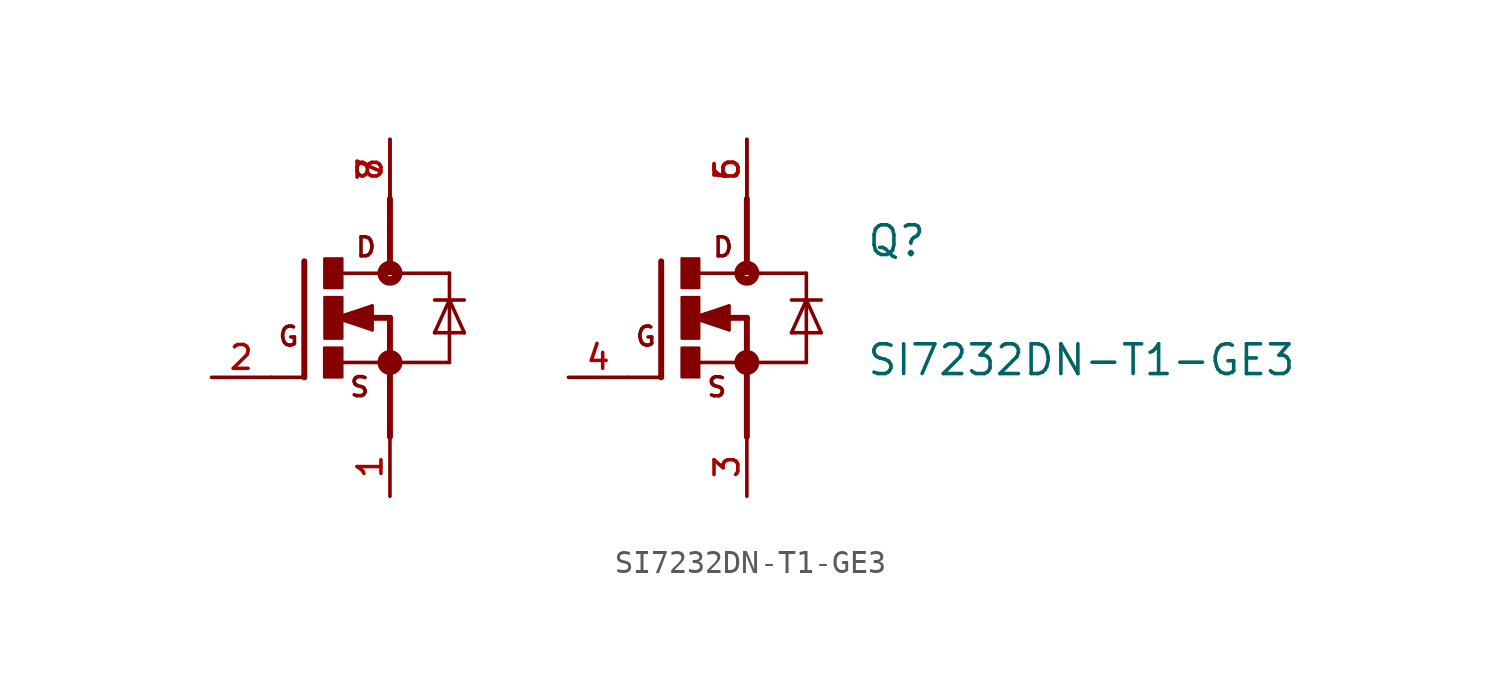
<source format=kicad_sym>
(kicad_symbol_lib
  (version 20211014)
  (generator kicad_symbol_editor)
  (symbol "SI7232DN-T1-GE3"
    (pin_names
      (offset 1.016))
    (property "Reference" "Q"
      (at 12.71 2.542 0)
      (effects (font (size 1.27 1.27)) (justify bottom left)))
    (property "Value" "SI7232DN-T1-GE3"
      (at 12.704 -2.541 0)
      (effects (font (size 1.27 1.27)) (justify bottom left)))
    (symbol "SI7232DN-T1-GE3_0_0"
      (polyline (pts (xy -11.278 2.413) (xy -11.278 -2.54)) (stroke (width 0.254)))
      (polyline (pts (xy -11.278 -2.54) (xy -12.7 -2.54)) (stroke (width 0.152)))
      (polyline (pts (xy -7.62 1.905) (xy -9.627 1.905)) (stroke (width 0.152)))
      (polyline (pts (xy -9.652 -1.905) (xy -7.62 -1.905)) (stroke (width 0.152)))
      (polyline (pts (xy -7.62 2.032) (xy -7.62 1.905)) (stroke (width 0.152)))
      (polyline (pts (xy -7.62 1.905) (xy -5.08 1.905)) (stroke (width 0.152)))
      (polyline (pts (xy -5.08 1.905) (xy -5.08 0.762)) (stroke (width 0.152)))
      (polyline (pts (xy -5.08 0.762) (xy -5.08 -1.905)) (stroke (width 0.152)))
      (polyline (pts (xy -5.08 -1.905) (xy -7.62 -1.905)) (stroke (width 0.152)))
      (polyline (pts (xy -7.62 -1.905) (xy -7.62 -2.032)) (stroke (width 0.152)))
      (polyline (pts (xy -5.08 0.762) (xy -5.715 -0.635)) (stroke (width 0.152)))
      (polyline (pts (xy -5.715 -0.635) (xy -4.445 -0.635)) (stroke (width 0.152)))
      (polyline (pts (xy -4.445 -0.635) (xy -5.08 0.762)) (stroke (width 0.152)))
      (polyline (pts (xy -5.715 0.762) (xy -5.08 0.762)) (stroke (width 0.152)))
      (polyline (pts (xy -5.08 0.762) (xy -4.445 0.762)) (stroke (width 0.152)))
      (polyline (pts (xy -9.906 0.0) (xy -8.382 -0.508)) (stroke (width 0.152)))
      (polyline (pts (xy -8.382 -0.508) (xy -8.382 0.0)) (stroke (width 0.152)))
      (polyline (pts (xy -8.382 0.0) (xy -8.382 0.508)) (stroke (width 0.152)))
      (polyline (pts (xy -8.382 0.508) (xy -9.906 0.0)) (stroke (width 0.152)))
      (polyline (pts (xy -8.509 0.254) (xy -9.906 0.0)) (stroke (width 0.152)))
      (polyline (pts (xy -8.763 0.254) (xy -9.652 0.0)) (stroke (width 0.305)))
      (polyline (pts (xy -9.652 0.0) (xy -8.509 -0.254)) (stroke (width 0.305)))
      (polyline (pts (xy -8.509 -0.254) (xy -8.509 0.254)) (stroke (width 0.305)))
      (polyline (pts (xy -8.509 0.254) (xy -9.525 0.0)) (stroke (width 0.305)))
      (circle (center -7.62 -1.905) (radius 0.127) (stroke (width 0.406)) (fill (type none)))
      (circle (center -7.62 1.905) (radius 0.127) (stroke (width 0.406)) (fill (type none)))
      (text "D" (at -9.15 2.542 0) (effects (font (size 0.813 0.813)) (justify bottom left)))
      (text "S" (at -9.401 -3.43 0) (effects (font (size 0.813 0.813)) (justify bottom left)))
      (text "G" (at -12.457 -1.271 0) (effects (font (size 0.813 0.813)) (justify bottom left)))
      (rectangle (start -10.432 -2.544) (end -9.652 -1.27) (stroke (width 0.1)) (fill (type outline)))
      (rectangle (start -10.425 1.271) (end -9.652 2.54) (stroke (width 0.1)) (fill (type outline)))
      (rectangle (start -10.42 -0.89) (end -9.652 0.889) (stroke (width 0.1)) (fill (type outline)))
      (polyline (pts (xy -8.382 0.0) (xy -9.525 0.0)) (stroke (width 0.254)))
      (polyline (pts (xy -9.525 0.0) (xy -9.652 0.0)) (stroke (width 0.254)))
      (polyline (pts (xy -9.652 0.0) (xy -9.906 0.0)) (stroke (width 0.254)))
      (polyline (pts (xy -7.62 5.08) (xy -7.62 2.032)) (stroke (width 0.254)))
      (polyline (pts (xy -7.62 -5.08) (xy -7.62 -2.032)) (stroke (width 0.254)))
      (polyline (pts (xy -8.382 0.0) (xy -7.62 0.0)) (stroke (width 0.254)))
      (polyline (pts (xy -7.62 0.0) (xy -7.62 -1.778)) (stroke (width 0.254)))
      (polyline (pts (xy 3.962 2.413) (xy 3.962 -2.54)) (stroke (width 0.254)))
      (polyline (pts (xy 3.962 -2.54) (xy 2.54 -2.54)) (stroke (width 0.152)))
      (polyline (pts (xy 7.62 1.905) (xy 5.613 1.905)) (stroke (width 0.152)))
      (polyline (pts (xy 5.588 -1.905) (xy 7.62 -1.905)) (stroke (width 0.152)))
      (polyline (pts (xy 7.62 2.032) (xy 7.62 1.905)) (stroke (width 0.152)))
      (polyline (pts (xy 7.62 1.905) (xy 10.16 1.905)) (stroke (width 0.152)))
      (polyline (pts (xy 10.16 1.905) (xy 10.16 0.762)) (stroke (width 0.152)))
      (polyline (pts (xy 10.16 0.762) (xy 10.16 -1.905)) (stroke (width 0.152)))
      (polyline (pts (xy 10.16 -1.905) (xy 7.62 -1.905)) (stroke (width 0.152)))
      (polyline (pts (xy 7.62 -1.905) (xy 7.62 -2.032)) (stroke (width 0.152)))
      (polyline (pts (xy 10.16 0.762) (xy 9.525 -0.635)) (stroke (width 0.152)))
      (polyline (pts (xy 9.525 -0.635) (xy 10.795 -0.635)) (stroke (width 0.152)))
      (polyline (pts (xy 10.795 -0.635) (xy 10.16 0.762)) (stroke (width 0.152)))
      (polyline (pts (xy 9.525 0.762) (xy 10.16 0.762)) (stroke (width 0.152)))
      (polyline (pts (xy 10.16 0.762) (xy 10.795 0.762)) (stroke (width 0.152)))
      (polyline (pts (xy 5.334 0.0) (xy 6.858 -0.508)) (stroke (width 0.152)))
      (polyline (pts (xy 6.858 -0.508) (xy 6.858 0.0)) (stroke (width 0.152)))
      (polyline (pts (xy 6.858 0.0) (xy 6.858 0.508)) (stroke (width 0.152)))
      (polyline (pts (xy 6.858 0.508) (xy 5.334 0.0)) (stroke (width 0.152)))
      (polyline (pts (xy 6.731 0.254) (xy 5.334 0.0)) (stroke (width 0.152)))
      (polyline (pts (xy 6.477 0.254) (xy 5.588 0.0)) (stroke (width 0.305)))
      (polyline (pts (xy 5.588 0.0) (xy 6.731 -0.254)) (stroke (width 0.305)))
      (polyline (pts (xy 6.731 -0.254) (xy 6.731 0.254)) (stroke (width 0.305)))
      (polyline (pts (xy 6.731 0.254) (xy 5.715 0.0)) (stroke (width 0.305)))
      (circle (center 7.62 -1.905) (radius 0.127) (stroke (width 0.406)) (fill (type none)))
      (circle (center 7.62 1.905) (radius 0.127) (stroke (width 0.406)) (fill (type none)))
      (text "D" (at 6.1 2.542 0) (effects (font (size 0.813 0.813)) (justify bottom left)))
      (text "S" (at 5.853 -3.435 0) (effects (font (size 0.814 0.814)) (justify bottom left)))
      (text "G" (at 2.799 -1.272 0) (effects (font (size 0.814 0.814)) (justify bottom left)))
      (rectangle (start 4.831 -2.542) (end 5.588 -1.27) (stroke (width 0.1)) (fill (type outline)))
      (rectangle (start 4.832 1.272) (end 5.588 2.54) (stroke (width 0.1)) (fill (type outline)))
      (rectangle (start 4.834 -0.891) (end 5.588 0.889) (stroke (width 0.1)) (fill (type outline)))
      (polyline (pts (xy 6.858 0.0) (xy 5.715 0.0)) (stroke (width 0.254)))
      (polyline (pts (xy 5.715 0.0) (xy 5.588 0.0)) (stroke (width 0.254)))
      (polyline (pts (xy 5.588 0.0) (xy 5.334 0.0)) (stroke (width 0.254)))
      (polyline (pts (xy 7.62 5.08) (xy 7.62 2.032)) (stroke (width 0.254)))
      (polyline (pts (xy 7.62 -5.08) (xy 7.62 -2.032)) (stroke (width 0.254)))
      (polyline (pts (xy 6.858 0.0) (xy 7.62 0.0)) (stroke (width 0.254)))
      (polyline (pts (xy 7.62 0.0) (xy 7.62 -1.778)) (stroke (width 0.254)))
      (pin passive line (at -7.62 -7.62 90.0) (length 2.54) (name "~" (effects (font (size 1.016 1.016)))) (number "1" (effects (font (size 1.016 1.016)))))
      (pin passive line (at -15.24 -2.54 0) (length 2.54) (name "~" (effects (font (size 1.016 1.016)))) (number "2" (effects (font (size 1.016 1.016)))))
      (pin passive line (at -7.62 7.62 270.0) (length 2.54) (name "~" (effects (font (size 1.016 1.016)))) (number "7" (effects (font (size 1.016 1.016)))))
      (pin passive line (at -7.62 7.62 270.0) (length 2.54) (name "~" (effects (font (size 1.016 1.016)))) (number "8" (effects (font (size 1.016 1.016)))))
      (pin passive line (at 7.62 -7.62 90.0) (length 2.54) (name "~" (effects (font (size 1.016 1.016)))) (number "3" (effects (font (size 1.016 1.016)))))
      (pin passive line (at 0.0 -2.54 0) (length 2.54) (name "~" (effects (font (size 1.016 1.016)))) (number "4" (effects (font (size 1.016 1.016)))))
      (pin passive line (at 7.62 7.62 270.0) (length 2.54) (name "~" (effects (font (size 1.016 1.016)))) (number "5" (effects (font (size 1.016 1.016)))))
      (pin passive line (at 7.62 7.62 270.0) (length 2.54) (name "~" (effects (font (size 1.016 1.016)))) (number "6" (effects (font (size 1.016 1.016))))))))
</source>
